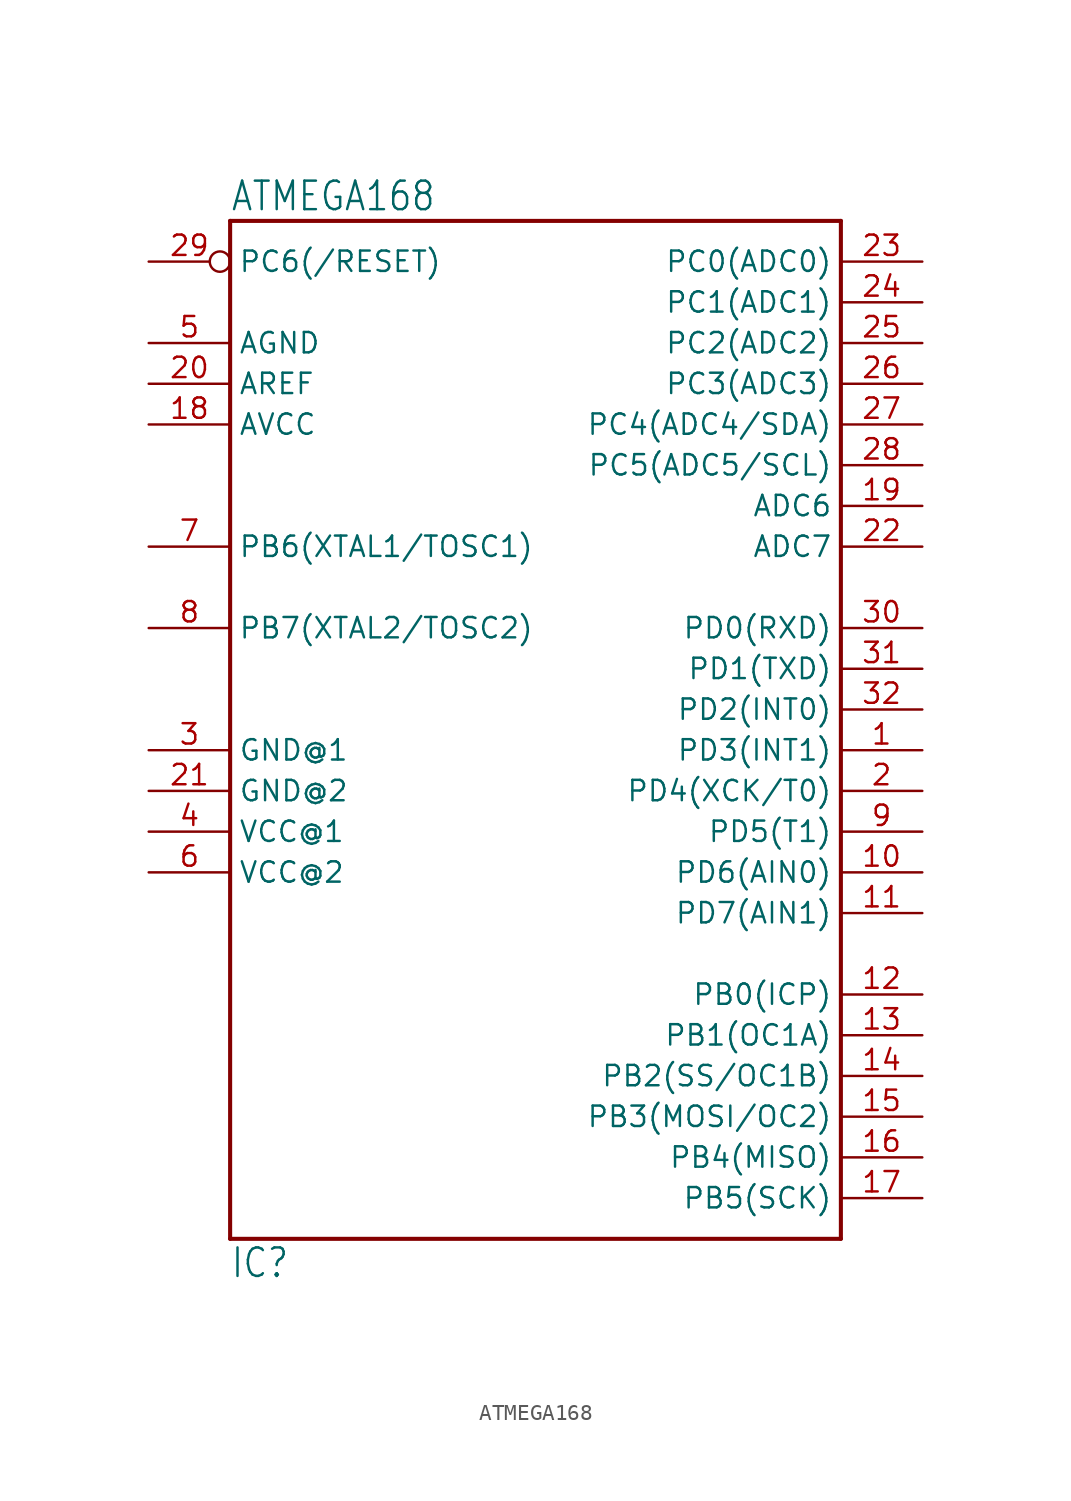
<source format=kicad_sym>
(kicad_symbol_lib
  (version 20211014)
  (generator kicad_symbol_editor)
  (symbol "ATMEGA168"
    (property "Reference" "IC"
      (at -17.78 -38.1 0)
      (effects (font (size 1.778 1.511)) (justify left bottom)))
    (property "Value" "ATMEGA168"
      (at -17.78 28.448 0)
      (effects (font (size 1.778 1.511)) (justify left bottom)))
    (property "ki_locked" ""
      (at 0 0 0)
      (effects (font (size 1.27 1.27))))
    (symbol "ATMEGA168_1_0"
      (polyline (pts (xy -17.78 -35.56) (xy -17.78 27.94)) (stroke (width 0.254) (type default) (color 0 0 0 0)) (fill (type none)))
      (polyline (pts (xy -17.78 27.94) (xy 20.32 27.94)) (stroke (width 0.254) (type default) (color 0 0 0 0)) (fill (type none)))
      (polyline (pts (xy 20.32 -35.56) (xy -17.78 -35.56)) (stroke (width 0.254) (type default) (color 0 0 0 0)) (fill (type none)))
      (polyline (pts (xy 20.32 27.94) (xy 20.32 -35.56)) (stroke (width 0.254) (type default) (color 0 0 0 0)) (fill (type none)))
      (pin bidirectional line (at 25.4 -5.08 180) (length 5.08) (name "PD3(INT1)" (effects (font (size 1.27 1.27)))) (number "1" (effects (font (size 1.27 1.27)))))
      (pin bidirectional line (at 25.4 -12.7 180) (length 5.08) (name "PD6(AIN0)" (effects (font (size 1.27 1.27)))) (number "10" (effects (font (size 1.27 1.27)))))
      (pin bidirectional line (at 25.4 -15.24 180) (length 5.08) (name "PD7(AIN1)" (effects (font (size 1.27 1.27)))) (number "11" (effects (font (size 1.27 1.27)))))
      (pin bidirectional line (at 25.4 -20.32 180) (length 5.08) (name "PB0(ICP)" (effects (font (size 1.27 1.27)))) (number "12" (effects (font (size 1.27 1.27)))))
      (pin bidirectional line (at 25.4 -22.86 180) (length 5.08) (name "PB1(OC1A)" (effects (font (size 1.27 1.27)))) (number "13" (effects (font (size 1.27 1.27)))))
      (pin bidirectional line (at 25.4 -25.4 180) (length 5.08) (name "PB2(SS/OC1B)" (effects (font (size 1.27 1.27)))) (number "14" (effects (font (size 1.27 1.27)))))
      (pin bidirectional line (at 25.4 -27.94 180) (length 5.08) (name "PB3(MOSI/OC2)" (effects (font (size 1.27 1.27)))) (number "15" (effects (font (size 1.27 1.27)))))
      (pin bidirectional line (at 25.4 -30.48 180) (length 5.08) (name "PB4(MISO)" (effects (font (size 1.27 1.27)))) (number "16" (effects (font (size 1.27 1.27)))))
      (pin bidirectional line (at 25.4 -33.02 180) (length 5.08) (name "PB5(SCK)" (effects (font (size 1.27 1.27)))) (number "17" (effects (font (size 1.27 1.27)))))
      (pin bidirectional line (at -22.86 15.24 0) (length 5.08) (name "AVCC" (effects (font (size 1.27 1.27)))) (number "18" (effects (font (size 1.27 1.27)))))
      (pin bidirectional line (at 25.4 10.16 180) (length 5.08) (name "ADC6" (effects (font (size 1.27 1.27)))) (number "19" (effects (font (size 1.27 1.27)))))
      (pin bidirectional line (at 25.4 -7.62 180) (length 5.08) (name "PD4(XCK/T0)" (effects (font (size 1.27 1.27)))) (number "2" (effects (font (size 1.27 1.27)))))
      (pin bidirectional line (at -22.86 17.78 0) (length 5.08) (name "AREF" (effects (font (size 1.27 1.27)))) (number "20" (effects (font (size 1.27 1.27)))))
      (pin bidirectional line (at -22.86 -7.62 0) (length 5.08) (name "GND@2" (effects (font (size 1.27 1.27)))) (number "21" (effects (font (size 1.27 1.27)))))
      (pin bidirectional line (at 25.4 7.62 180) (length 5.08) (name "ADC7" (effects (font (size 1.27 1.27)))) (number "22" (effects (font (size 1.27 1.27)))))
      (pin bidirectional line (at 25.4 25.4 180) (length 5.08) (name "PC0(ADC0)" (effects (font (size 1.27 1.27)))) (number "23" (effects (font (size 1.27 1.27)))))
      (pin bidirectional line (at 25.4 22.86 180) (length 5.08) (name "PC1(ADC1)" (effects (font (size 1.27 1.27)))) (number "24" (effects (font (size 1.27 1.27)))))
      (pin bidirectional line (at 25.4 20.32 180) (length 5.08) (name "PC2(ADC2)" (effects (font (size 1.27 1.27)))) (number "25" (effects (font (size 1.27 1.27)))))
      (pin bidirectional line (at 25.4 17.78 180) (length 5.08) (name "PC3(ADC3)" (effects (font (size 1.27 1.27)))) (number "26" (effects (font (size 1.27 1.27)))))
      (pin bidirectional line (at 25.4 15.24 180) (length 5.08) (name "PC4(ADC4/SDA)" (effects (font (size 1.27 1.27)))) (number "27" (effects (font (size 1.27 1.27)))))
      (pin bidirectional line (at 25.4 12.7 180) (length 5.08) (name "PC5(ADC5/SCL)" (effects (font (size 1.27 1.27)))) (number "28" (effects (font (size 1.27 1.27)))))
      (pin bidirectional inverted (at -22.86 25.4 0) (length 5.08) (name "PC6(/RESET)" (effects (font (size 1.27 1.27)))) (number "29" (effects (font (size 1.27 1.27)))))
      (pin bidirectional line (at -22.86 -5.08 0) (length 5.08) (name "GND@1" (effects (font (size 1.27 1.27)))) (number "3" (effects (font (size 1.27 1.27)))))
      (pin bidirectional line (at 25.4 2.54 180) (length 5.08) (name "PD0(RXD)" (effects (font (size 1.27 1.27)))) (number "30" (effects (font (size 1.27 1.27)))))
      (pin bidirectional line (at 25.4 0 180) (length 5.08) (name "PD1(TXD)" (effects (font (size 1.27 1.27)))) (number "31" (effects (font (size 1.27 1.27)))))
      (pin bidirectional line (at 25.4 -2.54 180) (length 5.08) (name "PD2(INT0)" (effects (font (size 1.27 1.27)))) (number "32" (effects (font (size 1.27 1.27)))))
      (pin bidirectional line (at -22.86 -10.16 0) (length 5.08) (name "VCC@1" (effects (font (size 1.27 1.27)))) (number "4" (effects (font (size 1.27 1.27)))))
      (pin bidirectional line (at -22.86 20.32 0) (length 5.08) (name "AGND" (effects (font (size 1.27 1.27)))) (number "5" (effects (font (size 1.27 1.27)))))
      (pin bidirectional line (at -22.86 -12.7 0) (length 5.08) (name "VCC@2" (effects (font (size 1.27 1.27)))) (number "6" (effects (font (size 1.27 1.27)))))
      (pin bidirectional line (at -22.86 7.62 0) (length 5.08) (name "PB6(XTAL1/TOSC1)" (effects (font (size 1.27 1.27)))) (number "7" (effects (font (size 1.27 1.27)))))
      (pin bidirectional line (at -22.86 2.54 0) (length 5.08) (name "PB7(XTAL2/TOSC2)" (effects (font (size 1.27 1.27)))) (number "8" (effects (font (size 1.27 1.27)))))
      (pin bidirectional line (at 25.4 -10.16 180) (length 5.08) (name "PD5(T1)" (effects (font (size 1.27 1.27)))) (number "9" (effects (font (size 1.27 1.27))))))))
</source>
